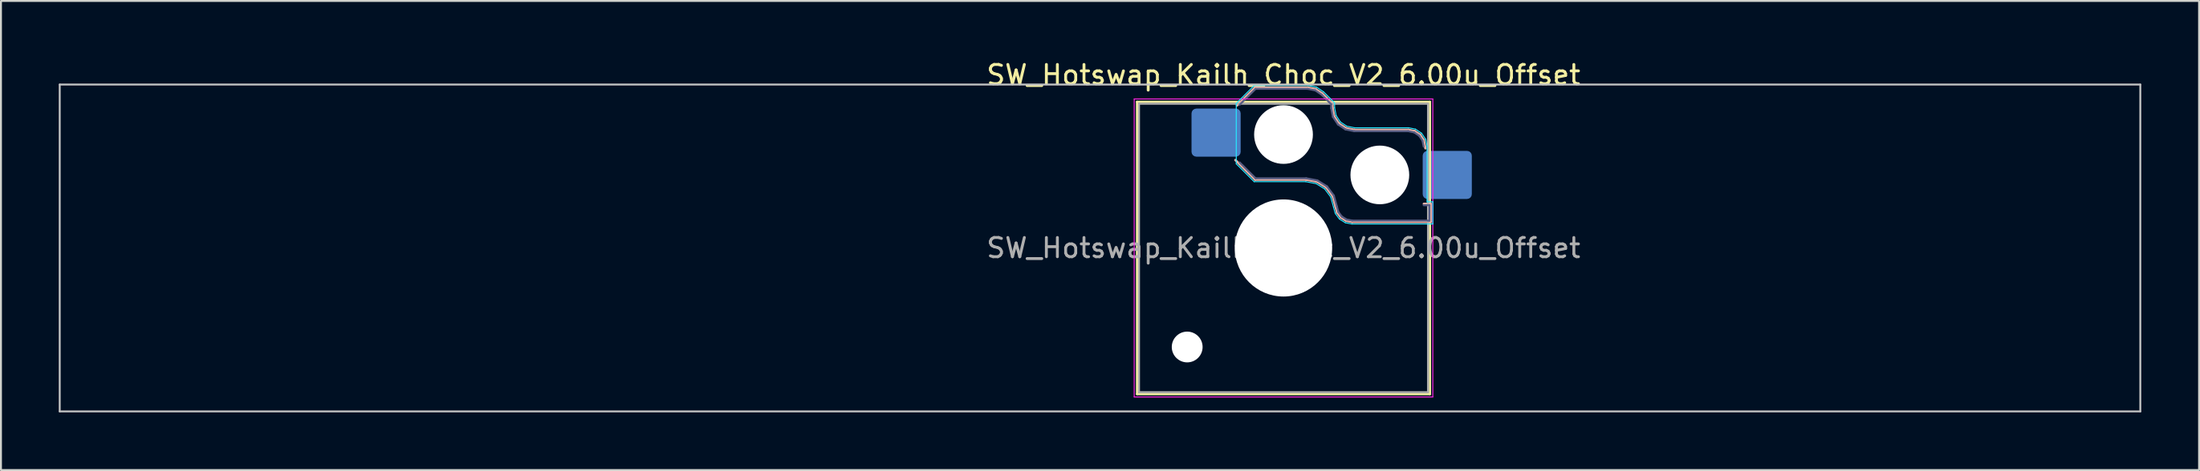
<source format=kicad_pcb>
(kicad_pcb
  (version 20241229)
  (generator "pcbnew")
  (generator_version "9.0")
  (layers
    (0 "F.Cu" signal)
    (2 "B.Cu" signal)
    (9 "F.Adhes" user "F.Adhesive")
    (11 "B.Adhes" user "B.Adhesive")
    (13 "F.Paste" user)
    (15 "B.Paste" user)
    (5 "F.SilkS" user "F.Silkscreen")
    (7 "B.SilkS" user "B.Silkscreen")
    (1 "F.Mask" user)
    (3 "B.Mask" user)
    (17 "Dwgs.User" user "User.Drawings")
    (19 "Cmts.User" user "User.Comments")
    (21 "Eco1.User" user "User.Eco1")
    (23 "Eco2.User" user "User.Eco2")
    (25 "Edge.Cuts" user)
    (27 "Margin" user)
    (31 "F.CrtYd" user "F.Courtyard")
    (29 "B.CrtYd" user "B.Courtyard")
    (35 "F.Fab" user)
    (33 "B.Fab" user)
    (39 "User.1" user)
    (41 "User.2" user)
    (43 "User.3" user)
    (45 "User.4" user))
  (footprint "SW_Hotswap_Kailh_Choc_V2_6.00u_Offset"
    (layer "F.Cu")
    (at 63.575 9.848)
    (property "Reference" "SW_Hotswap_Kailh_Choc_V2_6.00u_Offset" (at 0 -9 0) (layer "F.SilkS") (effects (font (size 1 1) (thickness 0.15))))
    (attr smd)
    (fp_line (start -7.6 -7.6) (end -7.6 7.6) (stroke (width 0.12) (type solid)) (layer "F.SilkS"))
    (fp_line (start -7.6 7.6) (end 7.6 7.6) (stroke (width 0.12) (type solid)) (layer "F.SilkS"))
    (fp_line (start 7.6 -7.6) (end -7.6 -7.6) (stroke (width 0.12) (type solid)) (layer "F.SilkS"))
    (fp_line (start 7.6 7.6) (end 7.6 -7.6) (stroke (width 0.12) (type solid)) (layer "F.SilkS"))
    (fp_line (start -2.416 -7.409) (end -1.479 -8.346) (stroke (width 0.12) (type solid)) (layer "B.SilkS"))
    (fp_line (start -1.479 -8.346) (end 1.268 -8.346) (stroke (width 0.12) (type solid)) (layer "B.SilkS"))
    (fp_line (start -1.479 -3.554) (end -2.5 -4.575) (stroke (width 0.12) (type solid)) (layer "B.SilkS"))
    (fp_line (start 1.168 -3.554) (end -1.479 -3.554) (stroke (width 0.12) (type solid)) (layer "B.SilkS"))
    (fp_line (start 1.268 -8.346) (end 1.671 -8.266) (stroke (width 0.12) (type solid)) (layer "B.SilkS"))
    (fp_line (start 1.671 -8.266) (end 2.013 -8.037) (stroke (width 0.12) (type solid)) (layer "B.SilkS"))
    (fp_line (start 1.73 -3.449) (end 1.168 -3.554) (stroke (width 0.12) (type solid)) (layer "B.SilkS"))
    (fp_line (start 2.013 -8.037) (end 2.546 -7.504) (stroke (width 0.12) (type solid)) (layer "B.SilkS"))
    (fp_line (start 2.209 -3.15) (end 1.73 -3.449) (stroke (width 0.12) (type solid)) (layer "B.SilkS"))
    (fp_line (start 2.546 -7.504) (end 2.546 -7.282) (stroke (width 0.12) (type solid)) (layer "B.SilkS"))
    (fp_line (start 2.546 -7.282) (end 2.633 -6.844) (stroke (width 0.12) (type solid)) (layer "B.SilkS"))
    (fp_line (start 2.547 -2.697) (end 2.209 -3.15) (stroke (width 0.12) (type solid)) (layer "B.SilkS"))
    (fp_line (start 2.633 -6.844) (end 2.877 -6.477) (stroke (width 0.12) (type solid)) (layer "B.SilkS"))
    (fp_line (start 2.701 -2.139) (end 2.547 -2.697) (stroke (width 0.12) (type solid)) (layer "B.SilkS"))
    (fp_line (start 2.783 -1.841) (end 2.701 -2.139) (stroke (width 0.12) (type solid)) (layer "B.SilkS"))
    (fp_line (start 2.877 -6.477) (end 3.244 -6.233) (stroke (width 0.12) (type solid)) (layer "B.SilkS"))
    (fp_line (start 2.976 -1.583) (end 2.783 -1.841) (stroke (width 0.12) (type solid)) (layer "B.SilkS"))
    (fp_line (start 3.244 -6.233) (end 3.682 -6.146) (stroke (width 0.12) (type solid)) (layer "B.SilkS"))
    (fp_line (start 3.25 -1.413) (end 2.976 -1.583) (stroke (width 0.12) (type solid)) (layer "B.SilkS"))
    (fp_line (start 3.56 -1.354) (end 3.25 -1.413) (stroke (width 0.12) (type solid)) (layer "B.SilkS"))
    (fp_line (start 3.682 -6.146) (end 6.482 -6.146) (stroke (width 0.12) (type solid)) (layer "B.SilkS"))
    (fp_line (start 6.482 -6.146) (end 6.809 -6.081) (stroke (width 0.12) (type solid)) (layer "B.SilkS"))
    (fp_line (start 6.809 -6.081) (end 7.092 -5.892) (stroke (width 0.12) (type solid)) (layer "B.SilkS"))
    (fp_line (start 7.092 -5.892) (end 7.281 -5.609) (stroke (width 0.12) (type solid)) (layer "B.SilkS"))
    (fp_line (start 7.281 -5.609) (end 7.366 -5.182) (stroke (width 0.12) (type solid)) (layer "B.SilkS"))
    (fp_line (start 7.283 -2.296) (end 7.646 -2.296) (stroke (width 0.12) (type solid)) (layer "B.SilkS"))
    (fp_line (start 7.646 -2.296) (end 7.646 -1.354) (stroke (width 0.12) (type solid)) (layer "B.SilkS"))
    (fp_line (start 7.646 -1.354) (end 3.56 -1.354) (stroke (width 0.12) (type solid)) (layer "B.SilkS"))
    (fp_line (start -63.525 -8.5) (end -63.525 8.5) (stroke (width 0.1) (type solid)) (layer "Dwgs.User"))
    (fp_line (start -63.525 8.5) (end 44.475 8.5) (stroke (width 0.1) (type solid)) (layer "Dwgs.User"))
    (fp_line (start 44.475 -8.5) (end -63.525 -8.5) (stroke (width 0.1) (type solid)) (layer "Dwgs.User"))
    (fp_line (start 44.475 8.5) (end 44.475 -8.5) (stroke (width 0.1) (type solid)) (layer "Dwgs.User"))
    (fp_line (start -7.25 -7.25) (end -7.25 7.25) (stroke (width 0.1) (type solid)) (layer "Eco1.User"))
    (fp_line (start -7.25 7.25) (end 7.25 7.25) (stroke (width 0.1) (type solid)) (layer "Eco1.User"))
    (fp_line (start 7.25 -7.25) (end -7.25 -7.25) (stroke (width 0.1) (type solid)) (layer "Eco1.User"))
    (fp_line (start 7.25 7.25) (end 7.25 -7.25) (stroke (width 0.1) (type solid)) (layer "Eco1.User"))
    (fp_line (start -2.452 -7.523) (end -1.523 -8.452) (stroke (width 0.05) (type solid)) (layer "B.CrtYd"))
    (fp_line (start -2.452 -4.377) (end -2.452 -7.523) (stroke (width 0.05) (type solid)) (layer "B.CrtYd"))
    (fp_line (start -1.523 -8.452) (end 1.278 -8.452) (stroke (width 0.05) (type solid)) (layer "B.CrtYd"))
    (fp_line (start -1.523 -3.448) (end -2.452 -4.377) (stroke (width 0.05) (type solid)) (layer "B.CrtYd"))
    (fp_line (start 1.159 -3.448) (end -1.523 -3.448) (stroke (width 0.05) (type solid)) (layer "B.CrtYd"))
    (fp_line (start 1.278 -8.452) (end 1.712 -8.366) (stroke (width 0.05) (type solid)) (layer "B.CrtYd"))
    (fp_line (start 1.691 -3.348) (end 1.159 -3.448) (stroke (width 0.05) (type solid)) (layer "B.CrtYd"))
    (fp_line (start 1.712 -8.366) (end 2.081 -8.119) (stroke (width 0.05) (type solid)) (layer "B.CrtYd"))
    (fp_line (start 2.081 -8.119) (end 2.652 -7.548) (stroke (width 0.05) (type solid)) (layer "B.CrtYd"))
    (fp_line (start 2.136 -3.071) (end 1.691 -3.348) (stroke (width 0.05) (type solid)) (layer "B.CrtYd"))
    (fp_line (start 2.45 -2.65) (end 2.136 -3.071) (stroke (width 0.05) (type solid)) (layer "B.CrtYd"))
    (fp_line (start 2.599 -2.111) (end 2.45 -2.65) (stroke (width 0.05) (type solid)) (layer "B.CrtYd"))
    (fp_line (start 2.652 -7.548) (end 2.652 -7.292) (stroke (width 0.05) (type solid)) (layer "B.CrtYd"))
    (fp_line (start 2.652 -7.292) (end 2.733 -6.885) (stroke (width 0.05) (type solid)) (layer "B.CrtYd"))
    (fp_line (start 2.687 -1.794) (end 2.599 -2.111) (stroke (width 0.05) (type solid)) (layer "B.CrtYd"))
    (fp_line (start 2.733 -6.885) (end 2.953 -6.553) (stroke (width 0.05) (type solid)) (layer "B.CrtYd"))
    (fp_line (start 2.903 -1.503) (end 2.687 -1.794) (stroke (width 0.05) (type solid)) (layer "B.CrtYd"))
    (fp_line (start 2.953 -6.553) (end 3.285 -6.333) (stroke (width 0.05) (type solid)) (layer "B.CrtYd"))
    (fp_line (start 3.211 -1.312) (end 2.903 -1.503) (stroke (width 0.05) (type solid)) (layer "B.CrtYd"))
    (fp_line (start 3.285 -6.333) (end 3.692 -6.252) (stroke (width 0.05) (type solid)) (layer "B.CrtYd"))
    (fp_line (start 3.55 -1.248) (end 3.211 -1.312) (stroke (width 0.05) (type solid)) (layer "B.CrtYd"))
    (fp_line (start 3.692 -6.252) (end 6.492 -6.252) (stroke (width 0.05) (type solid)) (layer "B.CrtYd"))
    (fp_line (start 6.492 -6.252) (end 6.85 -6.181) (stroke (width 0.05) (type solid)) (layer "B.CrtYd"))
    (fp_line (start 6.85 -6.181) (end 7.168 -5.968) (stroke (width 0.05) (type solid)) (layer "B.CrtYd"))
    (fp_line (start 7.168 -5.968) (end 7.381 -5.65) (stroke (width 0.05) (type solid)) (layer "B.CrtYd"))
    (fp_line (start 7.381 -5.65) (end 7.452 -5.292) (stroke (width 0.05) (type solid)) (layer "B.CrtYd"))
    (fp_line (start 7.452 -5.292) (end 7.452 -2.402) (stroke (width 0.05) (type solid)) (layer "B.CrtYd"))
    (fp_line (start 7.452 -2.402) (end 7.752 -2.402) (stroke (width 0.05) (type solid)) (layer "B.CrtYd"))
    (fp_line (start 7.752 -2.402) (end 7.752 -1.248) (stroke (width 0.05) (type solid)) (layer "B.CrtYd"))
    (fp_line (start 7.752 -1.248) (end 3.55 -1.248) (stroke (width 0.05) (type solid)) (layer "B.CrtYd"))
    (fp_line (start -7.75 -7.75) (end -7.75 7.75) (stroke (width 0.05) (type solid)) (layer "F.CrtYd"))
    (fp_line (start -7.75 7.75) (end 7.75 7.75) (stroke (width 0.05) (type solid)) (layer "F.CrtYd"))
    (fp_line (start 7.75 -7.75) (end -7.75 -7.75) (stroke (width 0.05) (type solid)) (layer "F.CrtYd"))
    (fp_line (start 7.75 7.75) (end 7.75 -7.75) (stroke (width 0.05) (type solid)) (layer "F.CrtYd"))
    (fp_line (start -2.275 -7.45) (end -1.45 -8.275) (stroke (width 0.1) (type solid)) (layer "B.Fab"))
    (fp_line (start -1.45 -8.275) (end 1.261 -8.275) (stroke (width 0.1) (type solid)) (layer "B.Fab"))
    (fp_line (start -1.45 -3.625) (end -2.275 -4.45) (stroke (width 0.1) (type solid)) (layer "B.Fab"))
    (fp_line (start 1.175 -3.625) (end -1.45 -3.625) (stroke (width 0.1) (type solid)) (layer "B.Fab"))
    (fp_line (start 1.261 -8.275) (end 1.643 -8.199) (stroke (width 0.1) (type solid)) (layer "B.Fab"))
    (fp_line (start 1.643 -8.199) (end 1.968 -7.982) (stroke (width 0.1) (type solid)) (layer "B.Fab"))
    (fp_line (start 1.756 -3.516) (end 1.175 -3.625) (stroke (width 0.1) (type solid)) (layer "B.Fab"))
    (fp_line (start 1.968 -7.982) (end 2.475 -7.475) (stroke (width 0.1) (type solid)) (layer "B.Fab"))
    (fp_line (start 2.258 -3.203) (end 1.756 -3.516) (stroke (width 0.1) (type solid)) (layer "B.Fab"))
    (fp_line (start 2.475 -7.475) (end 2.475 -7.275) (stroke (width 0.1) (type solid)) (layer "B.Fab"))
    (fp_line (start 2.475 -7.275) (end 2.566 -6.816) (stroke (width 0.1) (type solid)) (layer "B.Fab"))
    (fp_line (start 2.566 -6.816) (end 2.826 -6.426) (stroke (width 0.1) (type solid)) (layer "B.Fab"))
    (fp_line (start 2.612 -2.729) (end 2.258 -3.203) (stroke (width 0.1) (type solid)) (layer "B.Fab"))
    (fp_line (start 2.769 -2.158) (end 2.612 -2.729) (stroke (width 0.1) (type solid)) (layer "B.Fab"))
    (fp_line (start 2.826 -6.426) (end 3.216 -6.166) (stroke (width 0.1) (type solid)) (layer "B.Fab"))
    (fp_line (start 2.848 -1.873) (end 2.769 -2.158) (stroke (width 0.1) (type solid)) (layer "B.Fab"))
    (fp_line (start 3.025 -1.636) (end 2.848 -1.873) (stroke (width 0.1) (type solid)) (layer "B.Fab"))
    (fp_line (start 3.216 -6.166) (end 3.675 -6.075) (stroke (width 0.1) (type solid)) (layer "B.Fab"))
    (fp_line (start 3.276 -1.48) (end 3.025 -1.636) (stroke (width 0.1) (type solid)) (layer "B.Fab"))
    (fp_line (start 3.567 -1.425) (end 3.276 -1.48) (stroke (width 0.1) (type solid)) (layer "B.Fab"))
    (fp_line (start 3.675 -6.075) (end 6.475 -6.075) (stroke (width 0.1) (type solid)) (layer "B.Fab"))
    (fp_line (start 6.475 -6.075) (end 6.781 -6.014) (stroke (width 0.1) (type solid)) (layer "B.Fab"))
    (fp_line (start 6.781 -6.014) (end 7.041 -5.841) (stroke (width 0.1) (type solid)) (layer "B.Fab"))
    (fp_line (start 7.041 -5.841) (end 7.214 -5.581) (stroke (width 0.1) (type solid)) (layer "B.Fab"))
    (fp_line (start 7.214 -5.581) (end 7.275 -5.275) (stroke (width 0.1) (type solid)) (layer "B.Fab"))
    (fp_line (start 7.275 -2.225) (end 7.575 -2.225) (stroke (width 0.1) (type solid)) (layer "B.Fab"))
    (fp_line (start 7.575 -2.225) (end 7.575 -1.425) (stroke (width 0.1) (type solid)) (layer "B.Fab"))
    (fp_line (start 7.575 -1.425) (end 3.567 -1.425) (stroke (width 0.1) (type solid)) (layer "B.Fab"))
    (fp_line (start -7.5 -7.5) (end -7.5 7.5) (stroke (width 0.1) (type solid)) (layer "F.Fab"))
    (fp_line (start -7.5 7.5) (end 7.5 7.5) (stroke (width 0.1) (type solid)) (layer "F.Fab"))
    (fp_line (start 7.5 -7.5) (end -7.5 -7.5) (stroke (width 0.1) (type solid)) (layer "F.Fab"))
    (fp_line (start 7.5 7.5) (end 7.5 -7.5) (stroke (width 0.1) (type solid)) (layer "F.Fab"))
    (fp_text user "${REFERENCE}" (at 0 0 0) (layer "F.Fab") (effects (font (size 1 1) (thickness 0.15))))
    (pad "" np_thru_hole circle (at -5 5.15) (size 1.6 1.6) (drill 1.6) (layers "*.Cu" "*.Mask"))
    (pad "" np_thru_hole circle (at 0 -5.9) (size 3.05 3.05) (drill 3.05) (layers "*.Cu" "*.Mask"))
    (pad "" np_thru_hole circle (at 0 0) (size 5.05 5.05) (drill 5.05) (layers "*.Cu" "*.Mask"))
    (pad "" np_thru_hole circle (at 5 -3.8) (size 3.05 3.05) (drill 3.05) (layers "*.Cu" "*.Mask"))
    (pad "1" smd roundrect (at -3.5 -6) (size 2.55 2.5) (layers "B.Cu" "B.Mask" "B.Paste") (roundrect_rratio 0.1))
    (pad "2" smd roundrect (at 8.5 -3.8) (size 2.55 2.5) (layers "B.Cu" "B.Mask" "B.Paste") (roundrect_rratio 0.1)))
  (gr_rect
    (start -3 -3)
    (end 111.1 21.398)
    (stroke (width 0.1) (type default))
    (fill no)
    (layer "Edge.Cuts")))
</source>
